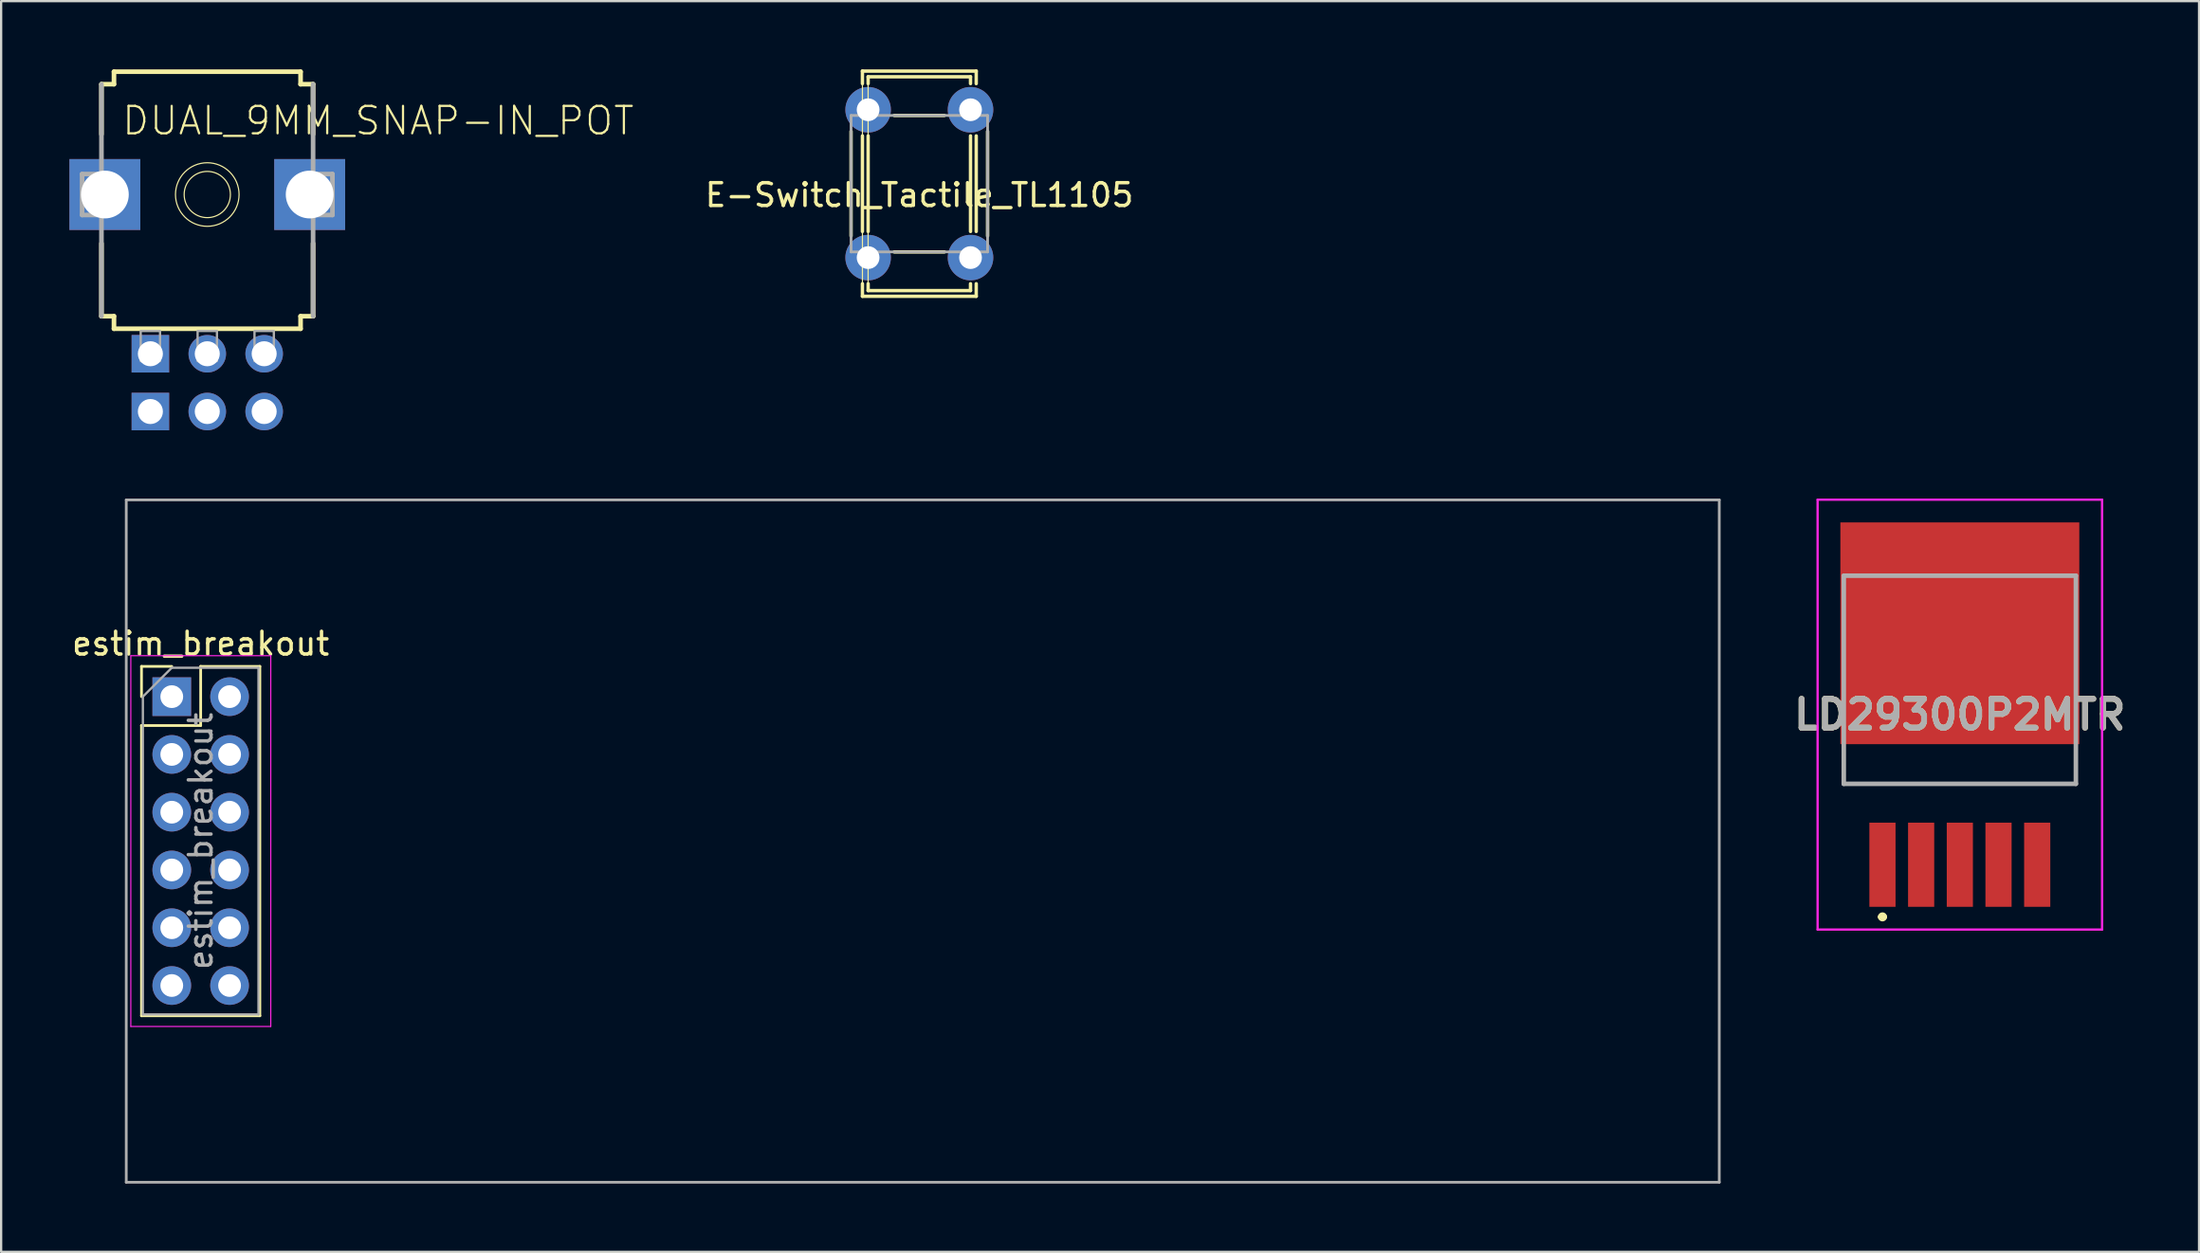
<source format=kicad_pcb>
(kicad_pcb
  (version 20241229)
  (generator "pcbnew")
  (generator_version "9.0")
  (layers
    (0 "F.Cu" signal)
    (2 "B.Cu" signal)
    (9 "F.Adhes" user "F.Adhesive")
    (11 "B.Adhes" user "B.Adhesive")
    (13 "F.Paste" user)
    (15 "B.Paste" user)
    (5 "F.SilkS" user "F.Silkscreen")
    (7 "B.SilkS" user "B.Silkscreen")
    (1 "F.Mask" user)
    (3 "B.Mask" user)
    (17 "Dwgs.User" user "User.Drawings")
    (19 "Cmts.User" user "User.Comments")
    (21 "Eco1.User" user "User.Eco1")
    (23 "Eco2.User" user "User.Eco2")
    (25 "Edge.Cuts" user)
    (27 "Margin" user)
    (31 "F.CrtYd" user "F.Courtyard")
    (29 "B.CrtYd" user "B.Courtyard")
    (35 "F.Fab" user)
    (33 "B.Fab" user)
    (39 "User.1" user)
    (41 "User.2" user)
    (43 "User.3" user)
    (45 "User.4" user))
  (footprint "LD29300P2MTR"
    (layer "F.Cu")
    (at 83.069 28.367)
    (property "Reference" "LD29300P2MTR" (at 0 0 0) (layer "F.SilkS") (effects (font (size 1.27 1.27) (thickness 0.254))))
    (attr smd)
    (fp_line (start -5.1 1.893) (end -5.1 3.043) (stroke (width 0.1) (type solid)) (layer "F.SilkS"))
    (fp_line (start -5.1 3.043) (end 5 3.043) (stroke (width 0.1) (type solid)) (layer "F.SilkS"))
    (fp_line (start -3.5 8.893) (end -3.5 8.893) (stroke (width 0.2) (type solid)) (layer "F.SilkS"))
    (fp_line (start -3.3 8.893) (end -3.3 8.893) (stroke (width 0.2) (type solid)) (layer "F.SilkS"))
    (fp_line (start 5 3.043) (end 5.1 3.043) (stroke (width 0.1) (type solid)) (layer "F.SilkS"))
    (fp_line (start 5.1 3.043) (end 5.1 1.893) (stroke (width 0.1) (type solid)) (layer "F.SilkS"))
    (fp_arc (start -3.501 8.892) (mid -3.4 8.792) (end -3.3 8.893) (stroke (width 0.2) (type solid)) (layer "F.SilkS"))
    (fp_arc (start -3.299 8.892) (mid -3.399 8.993) (end -3.5 8.893) (stroke (width 0.2) (type solid)) (layer "F.SilkS"))
    (fp_line (start -6.25 -9.45) (end 6.25 -9.45) (stroke (width 0.1) (type solid)) (layer "F.CrtYd"))
    (fp_line (start -6.25 9.45) (end -6.25 -9.45) (stroke (width 0.1) (type solid)) (layer "F.CrtYd"))
    (fp_line (start 6.25 -9.45) (end 6.25 9.45) (stroke (width 0.1) (type solid)) (layer "F.CrtYd"))
    (fp_line (start 6.25 9.45) (end -6.25 9.45) (stroke (width 0.1) (type solid)) (layer "F.CrtYd"))
    (fp_line (start -5.1 -6.107) (end 5.1 -6.107) (stroke (width 0.2) (type solid)) (layer "F.Fab"))
    (fp_line (start -5.1 3.043) (end -5.1 -6.107) (stroke (width 0.2) (type solid)) (layer "F.Fab"))
    (fp_line (start 5.1 -6.107) (end 5.1 3.043) (stroke (width 0.2) (type solid)) (layer "F.Fab"))
    (fp_line (start 5.1 3.043) (end -5.1 3.043) (stroke (width 0.2) (type solid)) (layer "F.Fab"))
    (fp_text user "${REFERENCE}" (at 0 0 0) (layer "F.Fab") (effects (font (size 1.27 1.27) (thickness 0.254))))
    (pad "1" smd rect (at -3.4 6.6) (size 1.15 3.7) (layers "F.Cu" "F.Mask" "F.Paste"))
    (pad "2" smd rect (at -1.7 6.6) (size 1.15 3.7) (layers "F.Cu" "F.Mask" "F.Paste"))
    (pad "3" smd rect (at 0 6.6) (size 1.15 3.7) (layers "F.Cu" "F.Mask" "F.Paste"))
    (pad "4" smd rect (at 1.7 6.6) (size 1.15 3.7) (layers "F.Cu" "F.Mask" "F.Paste"))
    (pad "5" smd rect (at 3.4 6.6) (size 1.15 3.7) (layers "F.Cu" "F.Mask" "F.Paste"))
    (pad "6" smd rect (at 0 -3.575 90) (size 9.75 10.5) (layers "F.Cu" "F.Mask" "F.Paste")))
  (footprint "DUAL_9MM_SNAP-IN_POT"
    (layer "F.Cu")
    (at 6.058 5.502)
    (property "Reference" "DUAL_9MM_SNAP-IN_POT" (at -3.81 -2.54 0) (layer "F.SilkS") (effects (font (size 1.206 1.206) (thickness 0.097)) (justify left bottom)))
    (attr through_hole)
    (fp_line (start -4.65 -2.65) (end -4.65 -4.85) (stroke (width 0.203) (type solid)) (layer "F.SilkS"))
    (fp_line (start -4.65 5.35) (end -4.65 2.15) (stroke (width 0.203) (type solid)) (layer "F.SilkS"))
    (fp_line (start -4.65 5.35) (end -4.1 5.35) (stroke (width 0.203) (type solid)) (layer "F.SilkS"))
    (fp_line (start -4.1 -5.4) (end -4.1 -4.85) (stroke (width 0.203) (type solid)) (layer "F.SilkS"))
    (fp_line (start -4.1 -5.4) (end 4.1 -5.4) (stroke (width 0.203) (type solid)) (layer "F.SilkS"))
    (fp_line (start -4.1 -4.85) (end -4.65 -4.85) (stroke (width 0.203) (type solid)) (layer "F.SilkS"))
    (fp_line (start -4.1 5.35) (end -4.1 5.9) (stroke (width 0.203) (type solid)) (layer "F.SilkS"))
    (fp_line (start 4.1 -4.85) (end 4.1 -5.4) (stroke (width 0.203) (type solid)) (layer "F.SilkS"))
    (fp_line (start 4.1 5.35) (end 4.65 5.35) (stroke (width 0.203) (type solid)) (layer "F.SilkS"))
    (fp_line (start 4.1 5.9) (end -4.1 5.9) (stroke (width 0.203) (type solid)) (layer "F.SilkS"))
    (fp_line (start 4.1 5.9) (end 4.1 5.35) (stroke (width 0.203) (type solid)) (layer "F.SilkS"))
    (fp_line (start 4.65 -4.85) (end 4.1 -4.85) (stroke (width 0.203) (type solid)) (layer "F.SilkS"))
    (fp_line (start 4.65 -4.85) (end 4.65 -2.65) (stroke (width 0.203) (type solid)) (layer "F.SilkS"))
    (fp_line (start 4.65 2.15) (end 4.65 5.35) (stroke (width 0.203) (type solid)) (layer "F.SilkS"))
    (fp_circle (center 0 0) (end 1.016 0) (stroke (width 0.051) (type solid)) (fill no) (layer "F.SilkS"))
    (fp_circle (center 0 0) (end 1.397 0) (stroke (width 0.051) (type solid)) (fill no) (layer "F.SilkS"))
    (fp_line (start -5.5 -0.9) (end -5.5 0.9) (stroke (width 0.203) (type solid)) (layer "F.Fab"))
    (fp_line (start -5.5 0.9) (end -4.75 0.9) (stroke (width 0.203) (type solid)) (layer "F.Fab"))
    (fp_line (start -4.75 -0.9) (end -5.5 -0.9) (stroke (width 0.203) (type solid)) (layer "F.Fab"))
    (fp_line (start -4.65 5.35) (end -4.65 -4.85) (stroke (width 0.203) (type solid)) (layer "F.Fab"))
    (fp_line (start 4.65 -4.85) (end 4.65 5.35) (stroke (width 0.203) (type solid)) (layer "F.Fab"))
    (fp_line (start 4.75 0.9) (end 5.5 0.9) (stroke (width 0.203) (type solid)) (layer "F.Fab"))
    (fp_line (start 5.5 -0.9) (end 4.75 -0.9) (stroke (width 0.203) (type solid)) (layer "F.Fab"))
    (fp_line (start 5.5 0.9) (end 5.5 -0.9) (stroke (width 0.203) (type solid)) (layer "F.Fab"))
    (fp_poly (pts (xy -2.925 7.325) (xy -2.075 7.325) (xy -2.075 6) (xy -2.925 6)) (stroke (width 0.1) (type solid)) (fill no) (layer "F.Fab"))
    (fp_poly (pts (xy -0.425 7.325) (xy 0.425 7.325) (xy 0.425 6) (xy -0.425 6)) (stroke (width 0.1) (type solid)) (fill no) (layer "F.Fab"))
    (fp_poly (pts (xy 2.075 7.325) (xy 2.925 7.325) (xy 2.925 6) (xy 2.075 6)) (stroke (width 0.1) (type solid)) (fill no) (layer "F.Fab"))
    (pad "1A" thru_hole rect (at -2.5 7 270) (size 1.65 1.65) (drill 1.1) (layers "*.Cu" "*.Mask"))
    (pad "1B" thru_hole rect (at -2.5 9.54 270) (size 1.65 1.65) (drill 1.1) (layers "*.Cu" "*.Mask"))
    (pad "2A" thru_hole circle (at 0 7 270) (size 1.65 1.65) (drill 1.1) (layers "*.Cu" "*.Mask"))
    (pad "2B" thru_hole circle (at 0 9.54 270) (size 1.65 1.65) (drill 1.1) (layers "*.Cu" "*.Mask"))
    (pad "3A" thru_hole circle (at 2.5 7 270) (size 1.65 1.65) (drill 1.1) (layers "*.Cu" "*.Mask"))
    (pad "3B" thru_hole circle (at 2.5 9.54 270) (size 1.65 1.65) (drill 1.1) (layers "*.Cu" "*.Mask"))
    (pad "CHASSIS1" thru_hole rect (at -4.5 0 270) (size 3.116 3.116) (drill 2.1) (layers "*.Cu" "*.Mask"))
    (pad "CHASSIS2" thru_hole rect (at 4.5 0 270) (size 3.116 3.116) (drill 2.1) (layers "*.Cu" "*.Mask")))
  (footprint "estim_breakout"
    (layer "F.Cu")
    (at 4.498 27.577)
    (property "Reference" "estim_breakout" (at 1.27 -2.33 0) (layer "F.SilkS") (effects (font (size 1 1) (thickness 0.15))))
    (attr through_hole)
    (fp_line (start -1.33 -1.33) (end 0 -1.33) (stroke (width 0.12) (type solid)) (layer "F.SilkS"))
    (fp_line (start -1.33 0) (end -1.33 -1.33) (stroke (width 0.12) (type solid)) (layer "F.SilkS"))
    (fp_line (start -1.33 1.27) (end -1.33 14.03) (stroke (width 0.12) (type solid)) (layer "F.SilkS"))
    (fp_line (start -1.33 1.27) (end 1.27 1.27) (stroke (width 0.12) (type solid)) (layer "F.SilkS"))
    (fp_line (start -1.33 14.03) (end 3.87 14.03) (stroke (width 0.12) (type solid)) (layer "F.SilkS"))
    (fp_line (start 1.27 -1.33) (end 3.87 -1.33) (stroke (width 0.12) (type solid)) (layer "F.SilkS"))
    (fp_line (start 1.27 1.27) (end 1.27 -1.33) (stroke (width 0.12) (type solid)) (layer "F.SilkS"))
    (fp_line (start 3.87 -1.33) (end 3.87 14.03) (stroke (width 0.12) (type solid)) (layer "F.SilkS"))
    (fp_line (start -1.8 -1.8) (end -1.8 14.5) (stroke (width 0.05) (type solid)) (layer "F.CrtYd"))
    (fp_line (start -1.8 14.5) (end 4.35 14.5) (stroke (width 0.05) (type solid)) (layer "F.CrtYd"))
    (fp_line (start 4.35 -1.8) (end -1.8 -1.8) (stroke (width 0.05) (type solid)) (layer "F.CrtYd"))
    (fp_line (start 4.35 14.5) (end 4.35 -1.8) (stroke (width 0.05) (type solid)) (layer "F.CrtYd"))
    (fp_line (start -2 -8.65) (end -2 21.35) (stroke (width 0.12) (type solid)) (layer "F.Fab"))
    (fp_line (start -2 -8.65) (end 68 -8.65) (stroke (width 0.12) (type solid)) (layer "F.Fab"))
    (fp_line (start -1.27 0) (end 0 -1.27) (stroke (width 0.1) (type solid)) (layer "F.Fab"))
    (fp_line (start -1.27 13.97) (end -1.27 0) (stroke (width 0.1) (type solid)) (layer "F.Fab"))
    (fp_line (start 0 -1.27) (end 3.81 -1.27) (stroke (width 0.1) (type solid)) (layer "F.Fab"))
    (fp_line (start 3.81 -1.27) (end 3.81 13.97) (stroke (width 0.1) (type solid)) (layer "F.Fab"))
    (fp_line (start 3.81 13.97) (end -1.27 13.97) (stroke (width 0.1) (type solid)) (layer "F.Fab"))
    (fp_line (start 68 -8.65) (end 68 21.35) (stroke (width 0.12) (type solid)) (layer "F.Fab"))
    (fp_line (start 68 21.35) (end -2 21.35) (stroke (width 0.12) (type solid)) (layer "F.Fab"))
    (fp_text user "${REFERENCE}" (at 1.27 6.35 90) (layer "F.Fab") (effects (font (size 1 1) (thickness 0.15))))
    (pad "1" thru_hole rect (at 0 0) (size 1.7 1.7) (drill 1) (layers "*.Cu" "*.Mask"))
    (pad "2" thru_hole oval (at 2.54 0) (size 1.7 1.7) (drill 1) (layers "*.Cu" "*.Mask"))
    (pad "3" thru_hole oval (at 0 2.54) (size 1.7 1.7) (drill 1) (layers "*.Cu" "*.Mask"))
    (pad "4" thru_hole oval (at 2.54 2.54) (size 1.7 1.7) (drill 1) (layers "*.Cu" "*.Mask"))
    (pad "5" thru_hole oval (at 0 5.08) (size 1.7 1.7) (drill 1) (layers "*.Cu" "*.Mask"))
    (pad "6" thru_hole oval (at 2.54 5.08) (size 1.7 1.7) (drill 1) (layers "*.Cu" "*.Mask"))
    (pad "7" thru_hole oval (at 0 7.62) (size 1.7 1.7) (drill 1) (layers "*.Cu" "*.Mask"))
    (pad "8" thru_hole oval (at 2.54 7.62) (size 1.7 1.7) (drill 1) (layers "*.Cu" "*.Mask"))
    (pad "9" thru_hole oval (at 0 10.16) (size 1.7 1.7) (drill 1) (layers "*.Cu" "*.Mask"))
    (pad "10" thru_hole oval (at 2.54 10.16) (size 1.7 1.7) (drill 1) (layers "*.Cu" "*.Mask"))
    (pad "11" thru_hole oval (at 0 12.7) (size 1.7 1.7) (drill 1) (layers "*.Cu" "*.Mask"))
    (pad "12" thru_hole oval (at 2.54 12.7) (size 1.7 1.7) (drill 1) (layers "*.Cu" "*.Mask")))
  (footprint "E-Switch_Tactile_TL1105"
    (layer "F.Cu")
    (at 37.347 5.025)
    (property "Reference" "E-Switch_Tactile_TL1105" (at 0 0.5 0) (layer "F.SilkS") (effects (font (size 1 1) (thickness 0.15))))
    (attr through_hole)
    (fp_line (start -3 2.3) (end -3 -2.3) (stroke (width 0.15) (type solid)) (layer "F.SilkS"))
    (fp_line (start -2.5 -4.95) (end 2.5 -4.95) (stroke (width 0.15) (type solid)) (layer "F.SilkS"))
    (fp_line (start -2.5 -4.4) (end -2.5 -4.95) (stroke (width 0.15) (type solid)) (layer "F.SilkS"))
    (fp_line (start -2.5 2.1) (end -2.5 -2.1) (stroke (width 0.15) (type solid)) (layer "F.SilkS"))
    (fp_line (start -2.5 4.95) (end -2.5 -4.95) (stroke (width 0.05) (type solid)) (layer "F.SilkS"))
    (fp_line (start -2.5 4.95) (end -2.5 4.4) (stroke (width 0.15) (type solid)) (layer "F.SilkS"))
    (fp_line (start -2.25 -4.7) (end 2.25 -4.7) (stroke (width 0.15) (type solid)) (layer "F.SilkS"))
    (fp_line (start -2.25 -4.4) (end -2.25 -4.7) (stroke (width 0.15) (type solid)) (layer "F.SilkS"))
    (fp_line (start -2.25 2.1) (end -2.25 -2.1) (stroke (width 0.15) (type solid)) (layer "F.SilkS"))
    (fp_line (start -2.25 4.7) (end -2.25 -4.7) (stroke (width 0.05) (type solid)) (layer "F.SilkS"))
    (fp_line (start -2.25 4.7) (end -2.25 4.4) (stroke (width 0.15) (type solid)) (layer "F.SilkS"))
    (fp_line (start -1.1 -3) (end 1.1 -3) (stroke (width 0.15) (type solid)) (layer "F.SilkS"))
    (fp_line (start -1.1 3) (end 1.1 3) (stroke (width 0.15) (type solid)) (layer "F.SilkS"))
    (fp_line (start 2.25 -4.7) (end 2.25 -4.4) (stroke (width 0.15) (type solid)) (layer "F.SilkS"))
    (fp_line (start 2.25 -2.1) (end 2.25 2.1) (stroke (width 0.15) (type solid)) (layer "F.SilkS"))
    (fp_line (start 2.25 4.4) (end 2.25 4.7) (stroke (width 0.15) (type solid)) (layer "F.SilkS"))
    (fp_line (start 2.25 4.7) (end -2.25 4.7) (stroke (width 0.15) (type solid)) (layer "F.SilkS"))
    (fp_line (start 2.5 -4.95) (end 2.5 -4.4) (stroke (width 0.15) (type solid)) (layer "F.SilkS"))
    (fp_line (start 2.5 -2.1) (end 2.5 2.1) (stroke (width 0.15) (type solid)) (layer "F.SilkS"))
    (fp_line (start 2.5 4.4) (end 2.5 4.95) (stroke (width 0.15) (type solid)) (layer "F.SilkS"))
    (fp_line (start 2.5 4.95) (end -2.5 4.95) (stroke (width 0.15) (type solid)) (layer "F.SilkS"))
    (fp_line (start 3 2.3) (end 3 -2.3) (stroke (width 0.15) (type solid)) (layer "F.SilkS"))
    (fp_line (start -3 -3) (end 3 -3) (stroke (width 0.12) (type solid)) (layer "F.Fab"))
    (fp_line (start -3 3) (end -3 -3) (stroke (width 0.12) (type solid)) (layer "F.Fab"))
    (fp_line (start 3 -3) (end 3 3) (stroke (width 0.12) (type solid)) (layer "F.Fab"))
    (fp_line (start 3 3) (end -3 3) (stroke (width 0.12) (type solid)) (layer "F.Fab"))
    (pad "1" thru_hole circle (at -2.25 -3.25) (size 2 2) (drill 1) (layers "*.Cu" "*.Mask"))
    (pad "1" thru_hole circle (at -2.25 3.25) (size 2 2) (drill 1) (layers "*.Cu" "*.Mask"))
    (pad "2" thru_hole circle (at 2.25 -3.25) (size 2 2) (drill 1) (layers "*.Cu" "*.Mask"))
    (pad "2" thru_hole circle (at 2.25 3.25) (size 2 2) (drill 1) (layers "*.Cu" "*.Mask")))
  (gr_rect
    (start -3 -3)
    (end 93.58 51.987)
    (stroke (width 0.1) (type default))
    (fill no)
    (layer "Edge.Cuts")))
</source>
